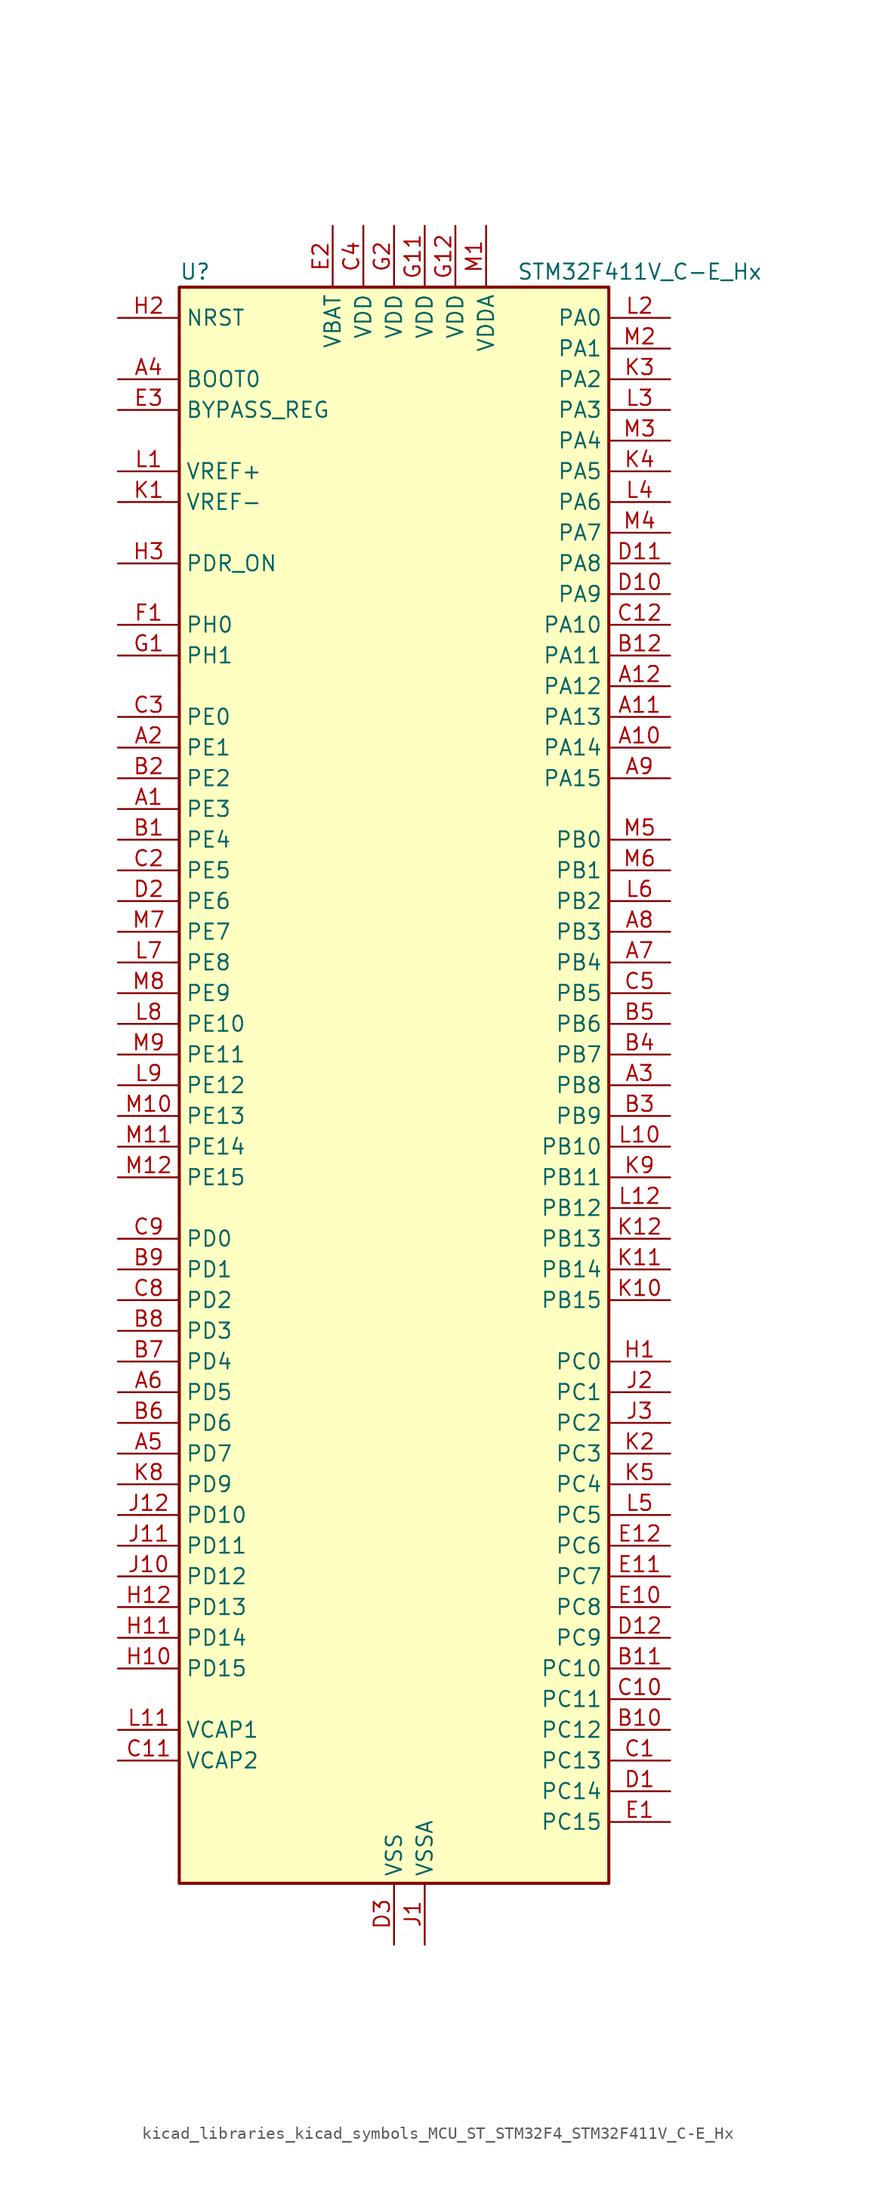
<source format=kicad_sym>
(kicad_symbol_lib
  (version 20220914)
  (generator kicad_symbol_editor)
  (symbol "kicad_libraries_kicad_symbols_MCU_ST_STM32F4_STM32F411V_C-E_Hx"
    (property "Reference" "U"
      (at -17.78 67.31 0)
      (effects (font (size 1.27 1.27)) (justify left)))
    (property "Value" "STM32F411V_C-E_Hx"
      (at 10.16 67.31 0)
      (effects (font (size 1.27 1.27)) (justify left)))
    (property "ki_locked" ""
      (at 0 0 0)
      (effects (font (size 1.27 1.27))))
    (symbol "kicad_libraries_kicad_symbols_MCU_ST_STM32F4_STM32F411V_C-E_Hx_0_1"
      (rectangle (start -17.78 -66.04) (end 17.78 66.04) (stroke (width 0.254) (type default)) (fill (type background))))
    (symbol "kicad_libraries_kicad_symbols_MCU_ST_STM32F4_STM32F411V_C-E_Hx_1_1"
      (pin bidirectional line (at -22.86 22.86 0) (length 5.08) (name "PE3" (effects (font (size 1.27 1.27)))) (number "A1" (effects (font (size 1.27 1.27)))) (alternate "SYS_TRACED0" bidirectional line))
      (pin bidirectional line (at 22.86 27.94 180) (length 5.08) (name "PA14" (effects (font (size 1.27 1.27)))) (number "A10" (effects (font (size 1.27 1.27)))) (alternate "SYS_JTCK-SWCLK" bidirectional line))
      (pin bidirectional line (at 22.86 30.48 180) (length 5.08) (name "PA13" (effects (font (size 1.27 1.27)))) (number "A11" (effects (font (size 1.27 1.27)))) (alternate "SYS_JTMS-SWDIO" bidirectional line))
      (pin bidirectional line (at 22.86 33.02 180) (length 5.08) (name "PA12" (effects (font (size 1.27 1.27)))) (number "A12" (effects (font (size 1.27 1.27)))) (alternate "SPI5_MISO" bidirectional line) (alternate "TIM1_ETR" bidirectional line) (alternate "USART1_RTS" bidirectional line) (alternate "USART6_RX" bidirectional line) (alternate "USB_OTG_FS_DP" bidirectional line))
      (pin bidirectional line (at -22.86 27.94 0) (length 5.08) (name "PE1" (effects (font (size 1.27 1.27)))) (number "A2" (effects (font (size 1.27 1.27)))))
      (pin bidirectional line (at 22.86 0 180) (length 5.08) (name "PB8" (effects (font (size 1.27 1.27)))) (number "A3" (effects (font (size 1.27 1.27)))) (alternate "I2C1_SCL" bidirectional line) (alternate "I2C3_SDA" bidirectional line) (alternate "I2S5_SD" bidirectional line) (alternate "SDIO_D4" bidirectional line) (alternate "SPI5_MOSI" bidirectional line) (alternate "TIM10_CH1" bidirectional line) (alternate "TIM4_CH3" bidirectional line))
      (pin input line (at -22.86 58.42 0) (length 5.08) (name "BOOT0" (effects (font (size 1.27 1.27)))) (number "A4" (effects (font (size 1.27 1.27)))))
      (pin bidirectional line (at -22.86 -30.48 0) (length 5.08) (name "PD7" (effects (font (size 1.27 1.27)))) (number "A5" (effects (font (size 1.27 1.27)))) (alternate "USART2_CK" bidirectional line))
      (pin bidirectional line (at -22.86 -25.4 0) (length 5.08) (name "PD5" (effects (font (size 1.27 1.27)))) (number "A6" (effects (font (size 1.27 1.27)))) (alternate "USART2_TX" bidirectional line))
      (pin bidirectional line (at 22.86 10.16 180) (length 5.08) (name "PB4" (effects (font (size 1.27 1.27)))) (number "A7" (effects (font (size 1.27 1.27)))) (alternate "I2C3_SDA" bidirectional line) (alternate "I2S3_ext_SD" bidirectional line) (alternate "SDIO_D0" bidirectional line) (alternate "SPI1_MISO" bidirectional line) (alternate "SPI3_MISO" bidirectional line) (alternate "SYS_JTRST" bidirectional line) (alternate "TIM3_CH1" bidirectional line))
      (pin bidirectional line (at 22.86 12.7 180) (length 5.08) (name "PB3" (effects (font (size 1.27 1.27)))) (number "A8" (effects (font (size 1.27 1.27)))) (alternate "I2C2_SDA" bidirectional line) (alternate "I2S1_CK" bidirectional line) (alternate "I2S3_CK" bidirectional line) (alternate "SPI1_SCK" bidirectional line) (alternate "SPI3_SCK" bidirectional line) (alternate "SYS_JTDO-SWO" bidirectional line) (alternate "TIM2_CH2" bidirectional line) (alternate "USART1_RX" bidirectional line))
      (pin bidirectional line (at 22.86 25.4 180) (length 5.08) (name "PA15" (effects (font (size 1.27 1.27)))) (number "A9" (effects (font (size 1.27 1.27)))) (alternate "ADC1_EXTI15" bidirectional line) (alternate "I2S1_WS" bidirectional line) (alternate "I2S3_WS" bidirectional line) (alternate "SPI1_NSS" bidirectional line) (alternate "SPI3_NSS" bidirectional line) (alternate "SYS_JTDI" bidirectional line) (alternate "TIM2_CH1" bidirectional line) (alternate "TIM2_ETR" bidirectional line) (alternate "USART1_TX" bidirectional line))
      (pin bidirectional line (at -22.86 20.32 0) (length 5.08) (name "PE4" (effects (font (size 1.27 1.27)))) (number "B1" (effects (font (size 1.27 1.27)))) (alternate "I2S4_WS" bidirectional line) (alternate "I2S5_WS" bidirectional line) (alternate "SPI4_NSS" bidirectional line) (alternate "SPI5_NSS" bidirectional line) (alternate "SYS_TRACED1" bidirectional line))
      (pin bidirectional line (at 22.86 -53.34 180) (length 5.08) (name "PC12" (effects (font (size 1.27 1.27)))) (number "B10" (effects (font (size 1.27 1.27)))) (alternate "I2S3_SD" bidirectional line) (alternate "SDIO_CK" bidirectional line) (alternate "SPI3_MOSI" bidirectional line))
      (pin bidirectional line (at 22.86 -48.26 180) (length 5.08) (name "PC10" (effects (font (size 1.27 1.27)))) (number "B11" (effects (font (size 1.27 1.27)))) (alternate "I2S3_CK" bidirectional line) (alternate "SDIO_D2" bidirectional line) (alternate "SPI3_SCK" bidirectional line))
      (pin bidirectional line (at 22.86 35.56 180) (length 5.08) (name "PA11" (effects (font (size 1.27 1.27)))) (number "B12" (effects (font (size 1.27 1.27)))) (alternate "ADC1_EXTI11" bidirectional line) (alternate "SPI4_MISO" bidirectional line) (alternate "TIM1_CH4" bidirectional line) (alternate "USART1_CTS" bidirectional line) (alternate "USART6_TX" bidirectional line) (alternate "USB_OTG_FS_DM" bidirectional line))
      (pin bidirectional line (at -22.86 25.4 0) (length 5.08) (name "PE2" (effects (font (size 1.27 1.27)))) (number "B2" (effects (font (size 1.27 1.27)))) (alternate "I2S4_CK" bidirectional line) (alternate "I2S5_CK" bidirectional line) (alternate "SPI4_SCK" bidirectional line) (alternate "SPI5_SCK" bidirectional line) (alternate "SYS_TRACECLK" bidirectional line))
      (pin bidirectional line (at 22.86 -2.54 180) (length 5.08) (name "PB9" (effects (font (size 1.27 1.27)))) (number "B3" (effects (font (size 1.27 1.27)))) (alternate "I2C1_SDA" bidirectional line) (alternate "I2C2_SDA" bidirectional line) (alternate "I2S2_WS" bidirectional line) (alternate "SDIO_D5" bidirectional line) (alternate "SPI2_NSS" bidirectional line) (alternate "TIM11_CH1" bidirectional line) (alternate "TIM4_CH4" bidirectional line))
      (pin bidirectional line (at 22.86 2.54 180) (length 5.08) (name "PB7" (effects (font (size 1.27 1.27)))) (number "B4" (effects (font (size 1.27 1.27)))) (alternate "I2C1_SDA" bidirectional line) (alternate "SDIO_D0" bidirectional line) (alternate "TIM4_CH2" bidirectional line) (alternate "USART1_RX" bidirectional line))
      (pin bidirectional line (at 22.86 5.08 180) (length 5.08) (name "PB6" (effects (font (size 1.27 1.27)))) (number "B5" (effects (font (size 1.27 1.27)))) (alternate "I2C1_SCL" bidirectional line) (alternate "TIM4_CH1" bidirectional line) (alternate "USART1_TX" bidirectional line))
      (pin bidirectional line (at -22.86 -27.94 0) (length 5.08) (name "PD6" (effects (font (size 1.27 1.27)))) (number "B6" (effects (font (size 1.27 1.27)))) (alternate "I2S3_SD" bidirectional line) (alternate "SPI3_MOSI" bidirectional line) (alternate "USART2_RX" bidirectional line))
      (pin bidirectional line (at -22.86 -22.86 0) (length 5.08) (name "PD4" (effects (font (size 1.27 1.27)))) (number "B7" (effects (font (size 1.27 1.27)))) (alternate "USART2_RTS" bidirectional line))
      (pin bidirectional line (at -22.86 -20.32 0) (length 5.08) (name "PD3" (effects (font (size 1.27 1.27)))) (number "B8" (effects (font (size 1.27 1.27)))) (alternate "I2S2_CK" bidirectional line) (alternate "SPI2_SCK" bidirectional line) (alternate "USART2_CTS" bidirectional line))
      (pin bidirectional line (at -22.86 -15.24 0) (length 5.08) (name "PD1" (effects (font (size 1.27 1.27)))) (number "B9" (effects (font (size 1.27 1.27)))))
      (pin bidirectional line (at 22.86 -55.88 180) (length 5.08) (name "PC13" (effects (font (size 1.27 1.27)))) (number "C1" (effects (font (size 1.27 1.27)))) (alternate "RTC_AF1" bidirectional line))
      (pin bidirectional line (at 22.86 -50.8 180) (length 5.08) (name "PC11" (effects (font (size 1.27 1.27)))) (number "C10" (effects (font (size 1.27 1.27)))) (alternate "ADC1_EXTI11" bidirectional line) (alternate "I2S3_ext_SD" bidirectional line) (alternate "SDIO_D3" bidirectional line) (alternate "SPI3_MISO" bidirectional line))
      (pin power_out line (at -22.86 -55.88 0) (length 5.08) (name "VCAP2" (effects (font (size 1.27 1.27)))) (number "C11" (effects (font (size 1.27 1.27)))))
      (pin bidirectional line (at 22.86 38.1 180) (length 5.08) (name "PA10" (effects (font (size 1.27 1.27)))) (number "C12" (effects (font (size 1.27 1.27)))) (alternate "I2S5_SD" bidirectional line) (alternate "SPI5_MOSI" bidirectional line) (alternate "TIM1_CH3" bidirectional line) (alternate "USART1_RX" bidirectional line) (alternate "USB_OTG_FS_ID" bidirectional line))
      (pin bidirectional line (at -22.86 17.78 0) (length 5.08) (name "PE5" (effects (font (size 1.27 1.27)))) (number "C2" (effects (font (size 1.27 1.27)))) (alternate "SPI4_MISO" bidirectional line) (alternate "SPI5_MISO" bidirectional line) (alternate "SYS_TRACED2" bidirectional line) (alternate "TIM9_CH1" bidirectional line))
      (pin bidirectional line (at -22.86 30.48 0) (length 5.08) (name "PE0" (effects (font (size 1.27 1.27)))) (number "C3" (effects (font (size 1.27 1.27)))) (alternate "TIM4_ETR" bidirectional line))
      (pin power_in line (at -2.54 71.12 270) (length 5.08) (name "VDD" (effects (font (size 1.27 1.27)))) (number "C4" (effects (font (size 1.27 1.27)))))
      (pin bidirectional line (at 22.86 7.62 180) (length 5.08) (name "PB5" (effects (font (size 1.27 1.27)))) (number "C5" (effects (font (size 1.27 1.27)))) (alternate "I2C1_SMBA" bidirectional line) (alternate "I2S1_SD" bidirectional line) (alternate "I2S3_SD" bidirectional line) (alternate "SDIO_D3" bidirectional line) (alternate "SPI1_MOSI" bidirectional line) (alternate "SPI3_MOSI" bidirectional line) (alternate "TIM3_CH2" bidirectional line))
      (pin bidirectional line (at -22.86 -17.78 0) (length 5.08) (name "PD2" (effects (font (size 1.27 1.27)))) (number "C8" (effects (font (size 1.27 1.27)))) (alternate "SDIO_CMD" bidirectional line) (alternate "TIM3_ETR" bidirectional line))
      (pin bidirectional line (at -22.86 -12.7 0) (length 5.08) (name "PD0" (effects (font (size 1.27 1.27)))) (number "C9" (effects (font (size 1.27 1.27)))))
      (pin bidirectional line (at 22.86 -58.42 180) (length 5.08) (name "PC14" (effects (font (size 1.27 1.27)))) (number "D1" (effects (font (size 1.27 1.27)))) (alternate "RCC_OSC32_IN" bidirectional line))
      (pin bidirectional line (at 22.86 40.64 180) (length 5.08) (name "PA9" (effects (font (size 1.27 1.27)))) (number "D10" (effects (font (size 1.27 1.27)))) (alternate "I2C3_SMBA" bidirectional line) (alternate "SDIO_D2" bidirectional line) (alternate "TIM1_CH2" bidirectional line) (alternate "USART1_TX" bidirectional line) (alternate "USB_OTG_FS_VBUS" bidirectional line))
      (pin bidirectional line (at 22.86 43.18 180) (length 5.08) (name "PA8" (effects (font (size 1.27 1.27)))) (number "D11" (effects (font (size 1.27 1.27)))) (alternate "I2C3_SCL" bidirectional line) (alternate "RCC_MCO_1" bidirectional line) (alternate "SDIO_D1" bidirectional line) (alternate "TIM1_CH1" bidirectional line) (alternate "USART1_CK" bidirectional line) (alternate "USB_OTG_FS_SOF" bidirectional line))
      (pin bidirectional line (at 22.86 -45.72 180) (length 5.08) (name "PC9" (effects (font (size 1.27 1.27)))) (number "D12" (effects (font (size 1.27 1.27)))) (alternate "I2C3_SDA" bidirectional line) (alternate "I2S_CKIN" bidirectional line) (alternate "RCC_MCO_2" bidirectional line) (alternate "SDIO_D1" bidirectional line) (alternate "TIM3_CH4" bidirectional line))
      (pin bidirectional line (at -22.86 15.24 0) (length 5.08) (name "PE6" (effects (font (size 1.27 1.27)))) (number "D2" (effects (font (size 1.27 1.27)))) (alternate "I2S4_SD" bidirectional line) (alternate "I2S5_SD" bidirectional line) (alternate "SPI4_MOSI" bidirectional line) (alternate "SPI5_MOSI" bidirectional line) (alternate "SYS_TRACED3" bidirectional line) (alternate "TIM9_CH2" bidirectional line))
      (pin power_in line (at 0 -71.12 90) (length 5.08) (name "VSS" (effects (font (size 1.27 1.27)))) (number "D3" (effects (font (size 1.27 1.27)))))
      (pin bidirectional line (at 22.86 -60.96 180) (length 5.08) (name "PC15" (effects (font (size 1.27 1.27)))) (number "E1" (effects (font (size 1.27 1.27)))) (alternate "ADC1_EXTI15" bidirectional line) (alternate "RCC_OSC32_OUT" bidirectional line))
      (pin bidirectional line (at 22.86 -43.18 180) (length 5.08) (name "PC8" (effects (font (size 1.27 1.27)))) (number "E10" (effects (font (size 1.27 1.27)))) (alternate "SDIO_D0" bidirectional line) (alternate "TIM3_CH3" bidirectional line) (alternate "USART6_CK" bidirectional line))
      (pin bidirectional line (at 22.86 -40.64 180) (length 5.08) (name "PC7" (effects (font (size 1.27 1.27)))) (number "E11" (effects (font (size 1.27 1.27)))) (alternate "I2S2_CK" bidirectional line) (alternate "I2S3_MCK" bidirectional line) (alternate "SDIO_D7" bidirectional line) (alternate "SPI2_SCK" bidirectional line) (alternate "TIM3_CH2" bidirectional line) (alternate "USART6_RX" bidirectional line))
      (pin bidirectional line (at 22.86 -38.1 180) (length 5.08) (name "PC6" (effects (font (size 1.27 1.27)))) (number "E12" (effects (font (size 1.27 1.27)))) (alternate "I2S2_MCK" bidirectional line) (alternate "SDIO_D6" bidirectional line) (alternate "TIM3_CH1" bidirectional line) (alternate "USART6_TX" bidirectional line))
      (pin power_in line (at -5.08 71.12 270) (length 5.08) (name "VBAT" (effects (font (size 1.27 1.27)))) (number "E2" (effects (font (size 1.27 1.27)))))
      (pin input line (at -22.86 55.88 0) (length 5.08) (name "BYPASS_REG" (effects (font (size 1.27 1.27)))) (number "E3" (effects (font (size 1.27 1.27)))))
      (pin bidirectional line (at -22.86 38.1 0) (length 5.08) (name "PH0" (effects (font (size 1.27 1.27)))) (number "F1" (effects (font (size 1.27 1.27)))) (alternate "RCC_OSC_IN" bidirectional line))
      (pin passive line (at 0 -71.12 90) (length 5.08) hide (name "VSS" (effects (font (size 1.27 1.27)))) (number "F11" (effects (font (size 1.27 1.27)))))
      (pin passive line (at 0 -71.12 90) (length 5.08) hide (name "VSS" (effects (font (size 1.27 1.27)))) (number "F12" (effects (font (size 1.27 1.27)))))
      (pin passive line (at 0 -71.12 90) (length 5.08) hide (name "VSS" (effects (font (size 1.27 1.27)))) (number "F2" (effects (font (size 1.27 1.27)))))
      (pin bidirectional line (at -22.86 35.56 0) (length 5.08) (name "PH1" (effects (font (size 1.27 1.27)))) (number "G1" (effects (font (size 1.27 1.27)))) (alternate "RCC_OSC_OUT" bidirectional line))
      (pin power_in line (at 2.54 71.12 270) (length 5.08) (name "VDD" (effects (font (size 1.27 1.27)))) (number "G11" (effects (font (size 1.27 1.27)))))
      (pin power_in line (at 5.08 71.12 270) (length 5.08) (name "VDD" (effects (font (size 1.27 1.27)))) (number "G12" (effects (font (size 1.27 1.27)))))
      (pin power_in line (at 0 71.12 270) (length 5.08) (name "VDD" (effects (font (size 1.27 1.27)))) (number "G2" (effects (font (size 1.27 1.27)))))
      (pin bidirectional line (at 22.86 -22.86 180) (length 5.08) (name "PC0" (effects (font (size 1.27 1.27)))) (number "H1" (effects (font (size 1.27 1.27)))) (alternate "ADC1_IN10" bidirectional line))
      (pin bidirectional line (at -22.86 -48.26 0) (length 5.08) (name "PD15" (effects (font (size 1.27 1.27)))) (number "H10" (effects (font (size 1.27 1.27)))) (alternate "ADC1_EXTI15" bidirectional line) (alternate "TIM4_CH4" bidirectional line))
      (pin bidirectional line (at -22.86 -45.72 0) (length 5.08) (name "PD14" (effects (font (size 1.27 1.27)))) (number "H11" (effects (font (size 1.27 1.27)))) (alternate "TIM4_CH3" bidirectional line))
      (pin bidirectional line (at -22.86 -43.18 0) (length 5.08) (name "PD13" (effects (font (size 1.27 1.27)))) (number "H12" (effects (font (size 1.27 1.27)))) (alternate "TIM4_CH2" bidirectional line))
      (pin input line (at -22.86 63.5 0) (length 5.08) (name "NRST" (effects (font (size 1.27 1.27)))) (number "H2" (effects (font (size 1.27 1.27)))))
      (pin input line (at -22.86 43.18 0) (length 5.08) (name "PDR_ON" (effects (font (size 1.27 1.27)))) (number "H3" (effects (font (size 1.27 1.27)))))
      (pin power_in line (at 2.54 -71.12 90) (length 5.08) (name "VSSA" (effects (font (size 1.27 1.27)))) (number "J1" (effects (font (size 1.27 1.27)))))
      (pin bidirectional line (at -22.86 -40.64 0) (length 5.08) (name "PD12" (effects (font (size 1.27 1.27)))) (number "J10" (effects (font (size 1.27 1.27)))) (alternate "TIM4_CH1" bidirectional line))
      (pin bidirectional line (at -22.86 -38.1 0) (length 5.08) (name "PD11" (effects (font (size 1.27 1.27)))) (number "J11" (effects (font (size 1.27 1.27)))) (alternate "ADC1_EXTI11" bidirectional line))
      (pin bidirectional line (at -22.86 -35.56 0) (length 5.08) (name "PD10" (effects (font (size 1.27 1.27)))) (number "J12" (effects (font (size 1.27 1.27)))))
      (pin bidirectional line (at 22.86 -25.4 180) (length 5.08) (name "PC1" (effects (font (size 1.27 1.27)))) (number "J2" (effects (font (size 1.27 1.27)))) (alternate "ADC1_IN11" bidirectional line))
      (pin bidirectional line (at 22.86 -27.94 180) (length 5.08) (name "PC2" (effects (font (size 1.27 1.27)))) (number "J3" (effects (font (size 1.27 1.27)))) (alternate "ADC1_IN12" bidirectional line) (alternate "I2S2_ext_SD" bidirectional line) (alternate "SPI2_MISO" bidirectional line))
      (pin input line (at -22.86 48.26 0) (length 5.08) (name "VREF-" (effects (font (size 1.27 1.27)))) (number "K1" (effects (font (size 1.27 1.27)))))
      (pin bidirectional line (at 22.86 -17.78 180) (length 5.08) (name "PB15" (effects (font (size 1.27 1.27)))) (number "K10" (effects (font (size 1.27 1.27)))) (alternate "ADC1_EXTI15" bidirectional line) (alternate "I2S2_SD" bidirectional line) (alternate "RTC_REFIN" bidirectional line) (alternate "SDIO_CK" bidirectional line) (alternate "SPI2_MOSI" bidirectional line) (alternate "TIM1_CH3N" bidirectional line))
      (pin bidirectional line (at 22.86 -15.24 180) (length 5.08) (name "PB14" (effects (font (size 1.27 1.27)))) (number "K11" (effects (font (size 1.27 1.27)))) (alternate "I2S2_ext_SD" bidirectional line) (alternate "SDIO_D6" bidirectional line) (alternate "SPI2_MISO" bidirectional line) (alternate "TIM1_CH2N" bidirectional line))
      (pin bidirectional line (at 22.86 -12.7 180) (length 5.08) (name "PB13" (effects (font (size 1.27 1.27)))) (number "K12" (effects (font (size 1.27 1.27)))) (alternate "I2S2_CK" bidirectional line) (alternate "I2S4_CK" bidirectional line) (alternate "SPI2_SCK" bidirectional line) (alternate "SPI4_SCK" bidirectional line) (alternate "TIM1_CH1N" bidirectional line))
      (pin bidirectional line (at 22.86 -30.48 180) (length 5.08) (name "PC3" (effects (font (size 1.27 1.27)))) (number "K2" (effects (font (size 1.27 1.27)))) (alternate "ADC1_IN13" bidirectional line) (alternate "I2S2_SD" bidirectional line) (alternate "SPI2_MOSI" bidirectional line))
      (pin bidirectional line (at 22.86 58.42 180) (length 5.08) (name "PA2" (effects (font (size 1.27 1.27)))) (number "K3" (effects (font (size 1.27 1.27)))) (alternate "ADC1_IN2" bidirectional line) (alternate "I2S_CKIN" bidirectional line) (alternate "TIM2_CH3" bidirectional line) (alternate "TIM5_CH3" bidirectional line) (alternate "TIM9_CH1" bidirectional line) (alternate "USART2_TX" bidirectional line))
      (pin bidirectional line (at 22.86 50.8 180) (length 5.08) (name "PA5" (effects (font (size 1.27 1.27)))) (number "K4" (effects (font (size 1.27 1.27)))) (alternate "ADC1_IN5" bidirectional line) (alternate "I2S1_CK" bidirectional line) (alternate "SPI1_SCK" bidirectional line) (alternate "TIM2_CH1" bidirectional line) (alternate "TIM2_ETR" bidirectional line))
      (pin bidirectional line (at 22.86 -33.02 180) (length 5.08) (name "PC4" (effects (font (size 1.27 1.27)))) (number "K5" (effects (font (size 1.27 1.27)))) (alternate "ADC1_IN14" bidirectional line))
      (pin bidirectional line (at -22.86 -33.02 0) (length 5.08) (name "PD9" (effects (font (size 1.27 1.27)))) (number "K8" (effects (font (size 1.27 1.27)))))
      (pin bidirectional line (at 22.86 -7.62 180) (length 5.08) (name "PB11" (effects (font (size 1.27 1.27)))) (number "K9" (effects (font (size 1.27 1.27)))) (alternate "ADC1_EXTI11" bidirectional line) (alternate "I2C2_SDA" bidirectional line) (alternate "I2S_CKIN" bidirectional line) (alternate "TIM2_CH4" bidirectional line))
      (pin input line (at -22.86 50.8 0) (length 5.08) (name "VREF+" (effects (font (size 1.27 1.27)))) (number "L1" (effects (font (size 1.27 1.27)))))
      (pin bidirectional line (at 22.86 -5.08 180) (length 5.08) (name "PB10" (effects (font (size 1.27 1.27)))) (number "L10" (effects (font (size 1.27 1.27)))) (alternate "I2C2_SCL" bidirectional line) (alternate "I2S2_CK" bidirectional line) (alternate "I2S3_MCK" bidirectional line) (alternate "SDIO_D7" bidirectional line) (alternate "SPI2_SCK" bidirectional line) (alternate "TIM2_CH3" bidirectional line))
      (pin power_out line (at -22.86 -53.34 0) (length 5.08) (name "VCAP1" (effects (font (size 1.27 1.27)))) (number "L11" (effects (font (size 1.27 1.27)))))
      (pin bidirectional line (at 22.86 -10.16 180) (length 5.08) (name "PB12" (effects (font (size 1.27 1.27)))) (number "L12" (effects (font (size 1.27 1.27)))) (alternate "I2C2_SMBA" bidirectional line) (alternate "I2S2_WS" bidirectional line) (alternate "I2S3_CK" bidirectional line) (alternate "I2S4_WS" bidirectional line) (alternate "SPI2_NSS" bidirectional line) (alternate "SPI3_SCK" bidirectional line) (alternate "SPI4_NSS" bidirectional line) (alternate "TIM1_BKIN" bidirectional line))
      (pin bidirectional line (at 22.86 63.5 180) (length 5.08) (name "PA0" (effects (font (size 1.27 1.27)))) (number "L2" (effects (font (size 1.27 1.27)))) (alternate "ADC1_IN0" bidirectional line) (alternate "SYS_WKUP" bidirectional line) (alternate "TIM2_CH1" bidirectional line) (alternate "TIM2_ETR" bidirectional line) (alternate "TIM5_CH1" bidirectional line) (alternate "USART2_CTS" bidirectional line))
      (pin bidirectional line (at 22.86 55.88 180) (length 5.08) (name "PA3" (effects (font (size 1.27 1.27)))) (number "L3" (effects (font (size 1.27 1.27)))) (alternate "ADC1_IN3" bidirectional line) (alternate "I2S2_MCK" bidirectional line) (alternate "TIM2_CH4" bidirectional line) (alternate "TIM5_CH4" bidirectional line) (alternate "TIM9_CH2" bidirectional line) (alternate "USART2_RX" bidirectional line))
      (pin bidirectional line (at 22.86 48.26 180) (length 5.08) (name "PA6" (effects (font (size 1.27 1.27)))) (number "L4" (effects (font (size 1.27 1.27)))) (alternate "ADC1_IN6" bidirectional line) (alternate "I2S2_MCK" bidirectional line) (alternate "SDIO_CMD" bidirectional line) (alternate "SPI1_MISO" bidirectional line) (alternate "TIM1_BKIN" bidirectional line) (alternate "TIM3_CH1" bidirectional line))
      (pin bidirectional line (at 22.86 -35.56 180) (length 5.08) (name "PC5" (effects (font (size 1.27 1.27)))) (number "L5" (effects (font (size 1.27 1.27)))) (alternate "ADC1_IN15" bidirectional line))
      (pin bidirectional line (at 22.86 15.24 180) (length 5.08) (name "PB2" (effects (font (size 1.27 1.27)))) (number "L6" (effects (font (size 1.27 1.27)))))
      (pin bidirectional line (at -22.86 10.16 0) (length 5.08) (name "PE8" (effects (font (size 1.27 1.27)))) (number "L7" (effects (font (size 1.27 1.27)))) (alternate "TIM1_CH1N" bidirectional line))
      (pin bidirectional line (at -22.86 5.08 0) (length 5.08) (name "PE10" (effects (font (size 1.27 1.27)))) (number "L8" (effects (font (size 1.27 1.27)))) (alternate "TIM1_CH2N" bidirectional line))
      (pin bidirectional line (at -22.86 0 0) (length 5.08) (name "PE12" (effects (font (size 1.27 1.27)))) (number "L9" (effects (font (size 1.27 1.27)))) (alternate "I2S4_CK" bidirectional line) (alternate "I2S5_CK" bidirectional line) (alternate "SPI4_SCK" bidirectional line) (alternate "SPI5_SCK" bidirectional line) (alternate "TIM1_CH3N" bidirectional line))
      (pin power_in line (at 7.62 71.12 270) (length 5.08) (name "VDDA" (effects (font (size 1.27 1.27)))) (number "M1" (effects (font (size 1.27 1.27)))))
      (pin bidirectional line (at -22.86 -2.54 0) (length 5.08) (name "PE13" (effects (font (size 1.27 1.27)))) (number "M10" (effects (font (size 1.27 1.27)))) (alternate "SPI4_MISO" bidirectional line) (alternate "SPI5_MISO" bidirectional line) (alternate "TIM1_CH3" bidirectional line))
      (pin bidirectional line (at -22.86 -5.08 0) (length 5.08) (name "PE14" (effects (font (size 1.27 1.27)))) (number "M11" (effects (font (size 1.27 1.27)))) (alternate "I2S4_SD" bidirectional line) (alternate "I2S5_SD" bidirectional line) (alternate "SPI4_MOSI" bidirectional line) (alternate "SPI5_MOSI" bidirectional line) (alternate "TIM1_CH4" bidirectional line))
      (pin bidirectional line (at -22.86 -7.62 0) (length 5.08) (name "PE15" (effects (font (size 1.27 1.27)))) (number "M12" (effects (font (size 1.27 1.27)))) (alternate "ADC1_EXTI15" bidirectional line) (alternate "TIM1_BKIN" bidirectional line))
      (pin bidirectional line (at 22.86 60.96 180) (length 5.08) (name "PA1" (effects (font (size 1.27 1.27)))) (number "M2" (effects (font (size 1.27 1.27)))) (alternate "ADC1_IN1" bidirectional line) (alternate "I2S4_SD" bidirectional line) (alternate "SPI4_MOSI" bidirectional line) (alternate "TIM2_CH2" bidirectional line) (alternate "TIM5_CH2" bidirectional line) (alternate "USART2_RTS" bidirectional line))
      (pin bidirectional line (at 22.86 53.34 180) (length 5.08) (name "PA4" (effects (font (size 1.27 1.27)))) (number "M3" (effects (font (size 1.27 1.27)))) (alternate "ADC1_IN4" bidirectional line) (alternate "I2S1_WS" bidirectional line) (alternate "I2S3_WS" bidirectional line) (alternate "SPI1_NSS" bidirectional line) (alternate "SPI3_NSS" bidirectional line) (alternate "USART2_CK" bidirectional line))
      (pin bidirectional line (at 22.86 45.72 180) (length 5.08) (name "PA7" (effects (font (size 1.27 1.27)))) (number "M4" (effects (font (size 1.27 1.27)))) (alternate "ADC1_IN7" bidirectional line) (alternate "I2S1_SD" bidirectional line) (alternate "SPI1_MOSI" bidirectional line) (alternate "TIM1_CH1N" bidirectional line) (alternate "TIM3_CH2" bidirectional line))
      (pin bidirectional line (at 22.86 20.32 180) (length 5.08) (name "PB0" (effects (font (size 1.27 1.27)))) (number "M5" (effects (font (size 1.27 1.27)))) (alternate "ADC1_IN8" bidirectional line) (alternate "I2S5_CK" bidirectional line) (alternate "SPI5_SCK" bidirectional line) (alternate "TIM1_CH2N" bidirectional line) (alternate "TIM3_CH3" bidirectional line))
      (pin bidirectional line (at 22.86 17.78 180) (length 5.08) (name "PB1" (effects (font (size 1.27 1.27)))) (number "M6" (effects (font (size 1.27 1.27)))) (alternate "ADC1_IN9" bidirectional line) (alternate "I2S5_WS" bidirectional line) (alternate "SPI5_NSS" bidirectional line) (alternate "TIM1_CH3N" bidirectional line) (alternate "TIM3_CH4" bidirectional line))
      (pin bidirectional line (at -22.86 12.7 0) (length 5.08) (name "PE7" (effects (font (size 1.27 1.27)))) (number "M7" (effects (font (size 1.27 1.27)))) (alternate "TIM1_ETR" bidirectional line))
      (pin bidirectional line (at -22.86 7.62 0) (length 5.08) (name "PE9" (effects (font (size 1.27 1.27)))) (number "M8" (effects (font (size 1.27 1.27)))) (alternate "TIM1_CH1" bidirectional line))
      (pin bidirectional line (at -22.86 2.54 0) (length 5.08) (name "PE11" (effects (font (size 1.27 1.27)))) (number "M9" (effects (font (size 1.27 1.27)))) (alternate "ADC1_EXTI11" bidirectional line) (alternate "I2S4_WS" bidirectional line) (alternate "I2S5_WS" bidirectional line) (alternate "SPI4_NSS" bidirectional line) (alternate "SPI5_NSS" bidirectional line) (alternate "TIM1_CH2" bidirectional line)))))
</source>
